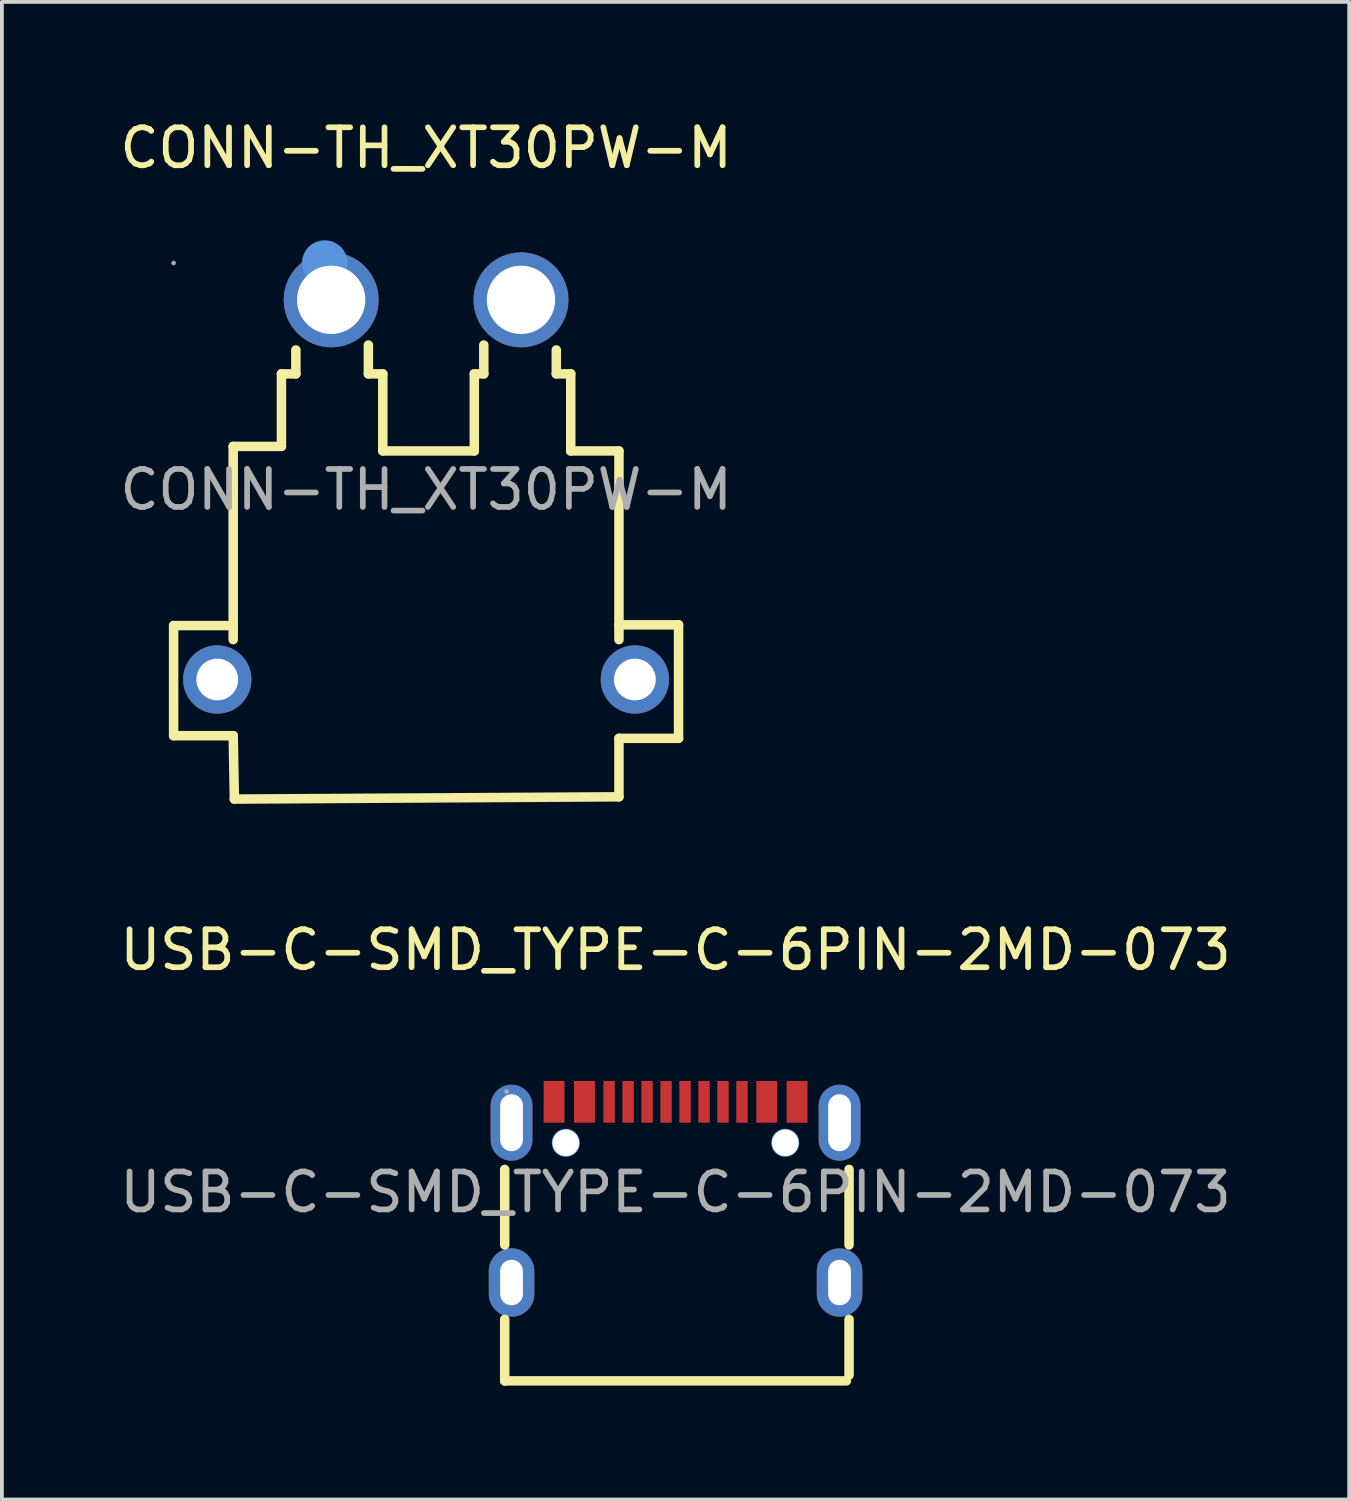
<source format=kicad_pcb>
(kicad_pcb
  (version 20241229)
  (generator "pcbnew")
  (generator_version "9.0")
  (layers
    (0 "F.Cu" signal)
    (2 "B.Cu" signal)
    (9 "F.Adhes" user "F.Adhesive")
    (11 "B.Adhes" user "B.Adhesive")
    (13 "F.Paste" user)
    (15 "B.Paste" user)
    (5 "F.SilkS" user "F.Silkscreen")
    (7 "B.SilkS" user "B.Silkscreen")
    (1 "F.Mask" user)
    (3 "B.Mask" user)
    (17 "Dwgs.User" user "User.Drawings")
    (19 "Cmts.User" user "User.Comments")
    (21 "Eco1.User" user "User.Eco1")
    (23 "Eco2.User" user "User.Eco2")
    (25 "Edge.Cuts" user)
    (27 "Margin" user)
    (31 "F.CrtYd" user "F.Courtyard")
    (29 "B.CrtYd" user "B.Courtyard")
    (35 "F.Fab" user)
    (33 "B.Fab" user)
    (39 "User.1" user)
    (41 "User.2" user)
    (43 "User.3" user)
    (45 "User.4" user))
  (footprint "USB-C-SMD_TYPE-C-6PIN-2MD-073"
    (layer "F.Cu")
    (at 14.744 28.352)
    (property "Reference" "USB-C-SMD_TYPE-C-6PIN-2MD-073" (at 0 -6.38 0) (layer "F.SilkS") (effects (font (size 1 1) (thickness 0.15))))
    (attr smd)
    (fp_line (start -4.5 1.39) (end -4.5 -0.6) (stroke (width 0.25) (type solid)) (layer "F.SilkS"))
    (fp_line (start -4.5 4.97) (end -4.5 3.35) (stroke (width 0.25) (type solid)) (layer "F.SilkS"))
    (fp_line (start 4.5 4.97) (end -4.5 4.97) (stroke (width 0.25) (type solid)) (layer "F.SilkS"))
    (fp_line (start 4.57 1.39) (end 4.57 -0.6) (stroke (width 0.25) (type solid)) (layer "F.SilkS"))
    (fp_line (start 4.57 4.82) (end 4.57 3.35) (stroke (width 0.25) (type solid)) (layer "F.SilkS"))
    (fp_circle (center -2.89 -1.3) (end -2.77 -1.3) (stroke (width 0.25) (type solid)) (fill no) (layer "Cmts.User"))
    (fp_circle (center 2.89 -1.3) (end 3.01 -1.3) (stroke (width 0.25) (type solid)) (fill no) (layer "Cmts.User"))
    (fp_circle (center -4.45 -2.65) (end -4.42 -2.65) (stroke (width 0.06) (type solid)) (fill no) (layer "F.Fab"))
    (fp_text user "${REFERENCE}" (at 0 0 0) (layer "F.Fab") (effects (font (size 1 1) (thickness 0.15))))
    (pad "" thru_hole circle (at -2.89 -1.3) (size 0.7 0.7) (drill 0.7) (layers "*.Cu" "*.Mask"))
    (pad "" thru_hole circle (at 2.89 -1.3) (size 0.7 0.7) (drill 0.7) (layers "*.Cu" "*.Mask"))
    (pad "1" smd rect (at -3.2 -2.38) (size 0.55 1.1) (layers "F.Cu" "F.Mask" "F.Paste"))
    (pad "2" smd rect (at -2.4 -2.38) (size 0.55 1.1) (layers "F.Cu" "F.Mask" "F.Paste"))
    (pad "3" smd rect (at -1.75 -2.38) (size 0.3 1.1) (layers "F.Cu" "F.Mask" "F.Paste"))
    (pad "4" smd rect (at -1.25 -2.38) (size 0.3 1.1) (layers "F.Cu" "F.Mask" "F.Paste"))
    (pad "5" smd rect (at -0.75 -2.38) (size 0.3 1.1) (layers "F.Cu" "F.Mask" "F.Paste"))
    (pad "6" smd rect (at -0.25 -2.38) (size 0.3 1.1) (layers "F.Cu" "F.Mask" "F.Paste"))
    (pad "7" smd rect (at 0.25 -2.38) (size 0.3 1.1) (layers "F.Cu" "F.Mask" "F.Paste"))
    (pad "8" smd rect (at 0.75 -2.38) (size 0.3 1.1) (layers "F.Cu" "F.Mask" "F.Paste"))
    (pad "9" smd rect (at 1.25 -2.38) (size 0.3 1.1) (layers "F.Cu" "F.Mask" "F.Paste"))
    (pad "10" smd rect (at 1.75 -2.38) (size 0.3 1.1) (layers "F.Cu" "F.Mask" "F.Paste"))
    (pad "11" smd rect (at 2.4 -2.38) (size 0.55 1.1) (layers "F.Cu" "F.Mask" "F.Paste"))
    (pad "12" smd rect (at 3.2 -2.38) (size 0.55 1.1) (layers "F.Cu" "F.Mask" "F.Paste"))
    (pad "13" thru_hole oval (at -4.32 -1.83) (size 1.1 2) (drill oval 0.6 1.5) (layers "*.Cu" "*.Mask"))
    (pad "13" thru_hole oval (at -4.32 2.38) (size 1.2 1.8) (drill oval 0.6 1.2) (layers "*.Cu" "*.Mask"))
    (pad "14" thru_hole oval (at 4.32 -1.83) (size 1.1 2) (drill oval 0.6 1.5) (layers "*.Cu" "*.Mask"))
    (pad "14" thru_hole oval (at 4.32 2.38) (size 1.2 1.8) (drill oval 0.6 1.2) (layers "*.Cu" "*.Mask")))
  (footprint "CONN-TH_XT30PW-M"
    (layer "F.Cu")
    (at 8.173 9.848)
    (property "Reference" "CONN-TH_XT30PW-M" (at 0 -9 0) (layer "F.SilkS") (effects (font (size 1 1) (thickness 0.15))))
    (attr through_hole)
    (fp_line (start -6.65 3.58) (end -6.65 6.48) (stroke (width 0.25) (type solid)) (layer "F.SilkS"))
    (fp_line (start -6.65 3.58) (end -5.08 3.58) (stroke (width 0.25) (type solid)) (layer "F.SilkS"))
    (fp_line (start -6.65 6.48) (end -5.08 6.48) (stroke (width 0.25) (type solid)) (layer "F.SilkS"))
    (fp_line (start -5.08 -1.14) (end -5.08 -0.05) (stroke (width 0.25) (type solid)) (layer "F.SilkS"))
    (fp_line (start -5.08 3.95) (end -5.08 -0.05) (stroke (width 0.25) (type solid)) (layer "F.SilkS"))
    (fp_line (start -5.08 6.48) (end -5.05 8.15) (stroke (width 0.25) (type solid)) (layer "F.SilkS"))
    (fp_line (start -5.05 8.15) (end 5.08 8.09) (stroke (width 0.25) (type solid)) (layer "F.SilkS"))
    (fp_line (start -3.81 -3.05) (end -3.81 -1.14) (stroke (width 0.25) (type solid)) (layer "F.SilkS"))
    (fp_line (start -3.81 -1.14) (end -5.08 -1.14) (stroke (width 0.25) (type solid)) (layer "F.SilkS"))
    (fp_line (start -3.43 -3.68) (end -3.43 -3.05) (stroke (width 0.25) (type solid)) (layer "F.SilkS"))
    (fp_line (start -3.43 -3.05) (end -3.81 -3.05) (stroke (width 0.25) (type solid)) (layer "F.SilkS"))
    (fp_line (start -1.52 -3.81) (end -1.52 -3.05) (stroke (width 0.25) (type solid)) (layer "F.SilkS"))
    (fp_line (start -1.52 -3.05) (end -1.14 -3.05) (stroke (width 0.25) (type solid)) (layer "F.SilkS"))
    (fp_line (start -1.14 -3.05) (end -1.14 -1.02) (stroke (width 0.25) (type solid)) (layer "F.SilkS"))
    (fp_line (start -1.14 -1.02) (end 1.27 -1.02) (stroke (width 0.25) (type solid)) (layer "F.SilkS"))
    (fp_line (start 1.27 -3.05) (end 1.52 -3.05) (stroke (width 0.25) (type solid)) (layer "F.SilkS"))
    (fp_line (start 1.27 -1.02) (end 1.27 -3.05) (stroke (width 0.25) (type solid)) (layer "F.SilkS"))
    (fp_line (start 1.52 -3.05) (end 1.52 -3.81) (stroke (width 0.25) (type solid)) (layer "F.SilkS"))
    (fp_line (start 3.43 -3.68) (end 3.43 -3.05) (stroke (width 0.25) (type solid)) (layer "F.SilkS"))
    (fp_line (start 3.43 -3.05) (end 3.81 -3.05) (stroke (width 0.25) (type solid)) (layer "F.SilkS"))
    (fp_line (start 3.81 -3.05) (end 3.81 -1.02) (stroke (width 0.25) (type solid)) (layer "F.SilkS"))
    (fp_line (start 3.81 -1.02) (end 5.08 -1.02) (stroke (width 0.25) (type solid)) (layer "F.SilkS"))
    (fp_line (start 5.08 -1.02) (end 5.08 -0.05) (stroke (width 0.25) (type solid)) (layer "F.SilkS"))
    (fp_line (start 5.08 3.56) (end 6.65 3.56) (stroke (width 0.25) (type solid)) (layer "F.SilkS"))
    (fp_line (start 5.08 3.95) (end 5.08 -0.05) (stroke (width 0.25) (type solid)) (layer "F.SilkS"))
    (fp_line (start 5.08 6.55) (end 6.65 6.55) (stroke (width 0.25) (type solid)) (layer "F.SilkS"))
    (fp_line (start 5.08 8.09) (end 5.08 6.55) (stroke (width 0.25) (type solid)) (layer "F.SilkS"))
    (fp_line (start 6.65 3.56) (end 6.65 6.55) (stroke (width 0.25) (type solid)) (layer "F.SilkS"))
    (fp_circle (center -2.67 -5.97) (end -2.37 -5.97) (stroke (width 0.6) (type solid)) (fill no) (layer "Cmts.User"))
    (fp_circle (center -6.65 -5.97) (end -6.62 -5.97) (stroke (width 0.06) (type solid)) (fill no) (layer "F.Fab"))
    (fp_circle (center -5.5 5) (end -5.31 5) (stroke (width 0.38) (type solid)) (fill no) (layer "F.Fab"))
    (fp_circle (center -2.5 -5) (end -2.17 -5) (stroke (width 0.65) (type solid)) (fill no) (layer "F.Fab"))
    (fp_circle (center 2.5 -5) (end 2.83 -5) (stroke (width 0.65) (type solid)) (fill no) (layer "F.Fab"))
    (fp_circle (center 5.5 5) (end 5.69 5) (stroke (width 0.38) (type solid)) (fill no) (layer "F.Fab"))
    (fp_text user "${REFERENCE}" (at 0 0 0) (layer "F.Fab") (effects (font (size 1 1) (thickness 0.15))))
    (pad "1" thru_hole circle (at -2.5 -5) (size 2.5 2.5) (drill 1.8) (layers "*.Cu" "*.Mask"))
    (pad "2" thru_hole circle (at 2.5 -5) (size 2.5 2.5) (drill 1.8) (layers "*.Cu" "*.Mask"))
    (pad "3" thru_hole circle (at 5.5 5) (size 1.8 1.8) (drill 1.1) (layers "*.Cu" "*.Mask"))
    (pad "4" thru_hole circle (at -5.5 5) (size 1.8 1.8) (drill 1.1) (layers "*.Cu" "*.Mask")))
  (gr_rect
    (start -3 -3)
    (end 32.488 36.447)
    (stroke (width 0.1) (type default))
    (fill no)
    (layer "Edge.Cuts")))
</source>
